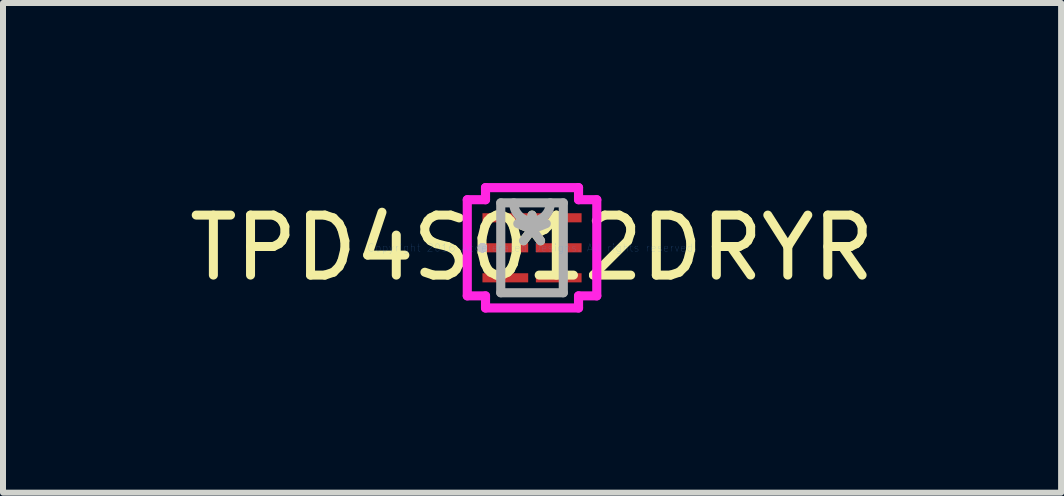
<source format=kicad_pcb>
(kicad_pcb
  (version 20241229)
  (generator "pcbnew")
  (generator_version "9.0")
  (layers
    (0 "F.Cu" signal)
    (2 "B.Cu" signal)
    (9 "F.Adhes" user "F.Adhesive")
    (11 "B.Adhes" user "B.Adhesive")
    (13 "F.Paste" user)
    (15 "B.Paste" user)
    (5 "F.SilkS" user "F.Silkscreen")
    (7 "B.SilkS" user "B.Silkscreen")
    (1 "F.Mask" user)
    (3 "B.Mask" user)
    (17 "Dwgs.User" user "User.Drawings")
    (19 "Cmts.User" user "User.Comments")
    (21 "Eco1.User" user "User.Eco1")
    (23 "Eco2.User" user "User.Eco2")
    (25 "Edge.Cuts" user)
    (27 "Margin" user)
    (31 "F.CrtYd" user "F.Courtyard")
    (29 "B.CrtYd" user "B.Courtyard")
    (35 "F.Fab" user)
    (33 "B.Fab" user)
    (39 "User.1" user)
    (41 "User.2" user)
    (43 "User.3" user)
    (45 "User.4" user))
  (footprint "TPD4S012DRYR"
    (layer "F.Cu")
    (at 5.815 1.079)
    (property "Reference" "TPD4S012DRYR" (at 0 0 0) (layer "F.SilkS") (effects (font (size 1 1) (thickness 0.15))))
    (attr through_hole)
    (fp_line (start -0.826 0) (end -0.826 0) (stroke (width 0.152) (type solid)) (layer "Dwgs.User"))
    (fp_line (start -0.826 0) (end -0.826 0) (stroke (width 0.152) (type solid)) (layer "Dwgs.User"))
    (fp_line (start -0.826 0) (end -0.826 0) (stroke (width 0.152) (type solid)) (layer "Dwgs.User"))
    (fp_line (start -0.826 0) (end -0.826 0) (stroke (width 0.152) (type solid)) (layer "Dwgs.User"))
    (fp_line (start -0.826 0) (end -0.826 0) (stroke (width 0.152) (type solid)) (layer "Dwgs.User"))
    (fp_line (start -0.826 0) (end -0.826 0) (stroke (width 0.152) (type solid)) (layer "Dwgs.User"))
    (fp_line (start -0.826 0) (end -0.826 0) (stroke (width 0.152) (type solid)) (layer "Dwgs.User"))
    (fp_line (start -0.826 0) (end -0.826 0) (stroke (width 0.152) (type solid)) (layer "Dwgs.User"))
    (fp_line (start -0.826 0) (end -0.826 0) (stroke (width 0.152) (type solid)) (layer "Dwgs.User"))
    (fp_line (start -0.826 0) (end -0.826 0) (stroke (width 0.152) (type solid)) (layer "Dwgs.User"))
    (fp_line (start -0.826 0) (end -0.826 0) (stroke (width 0.152) (type solid)) (layer "Dwgs.User"))
    (fp_line (start -0.826 0) (end -0.826 0) (stroke (width 0.152) (type solid)) (layer "Dwgs.User"))
    (fp_line (start -1.079 -0.801) (end -0.775 -0.801) (stroke (width 0.152) (type solid)) (layer "F.CrtYd"))
    (fp_line (start -1.079 0.801) (end -1.079 -0.801) (stroke (width 0.152) (type solid)) (layer "F.CrtYd"))
    (fp_line (start -0.775 -1.003) (end 0.775 -1.003) (stroke (width 0.152) (type solid)) (layer "F.CrtYd"))
    (fp_line (start -0.775 -0.801) (end -0.775 -1.003) (stroke (width 0.152) (type solid)) (layer "F.CrtYd"))
    (fp_line (start -0.775 0.801) (end -1.079 0.801) (stroke (width 0.152) (type solid)) (layer "F.CrtYd"))
    (fp_line (start -0.775 1.003) (end -0.775 0.801) (stroke (width 0.152) (type solid)) (layer "F.CrtYd"))
    (fp_line (start 0.775 -1.003) (end 0.775 -0.801) (stroke (width 0.152) (type solid)) (layer "F.CrtYd"))
    (fp_line (start 0.775 -0.801) (end 1.079 -0.801) (stroke (width 0.152) (type solid)) (layer "F.CrtYd"))
    (fp_line (start 0.775 0.801) (end 0.775 1.003) (stroke (width 0.152) (type solid)) (layer "F.CrtYd"))
    (fp_line (start 0.775 1.003) (end -0.775 1.003) (stroke (width 0.152) (type solid)) (layer "F.CrtYd"))
    (fp_line (start 1.079 -0.801) (end 1.079 0.801) (stroke (width 0.152) (type solid)) (layer "F.CrtYd"))
    (fp_line (start 1.079 0.801) (end 0.775 0.801) (stroke (width 0.152) (type solid)) (layer "F.CrtYd"))
    (fp_line (start -0.521 -0.749) (end -0.521 0.749) (stroke (width 0.152) (type solid)) (layer "F.Fab"))
    (fp_line (start -0.521 0.749) (end 0.521 0.749) (stroke (width 0.152) (type solid)) (layer "F.Fab"))
    (fp_line (start 0.521 -0.749) (end -0.521 -0.749) (stroke (width 0.152) (type solid)) (layer "F.Fab"))
    (fp_line (start 0.521 0.749) (end 0.521 -0.749) (stroke (width 0.152) (type solid)) (layer "F.Fab"))
    (fp_arc (start 0.3048 -0.7493) (mid 0 -0.4445) (end -0.3048 -0.7493) (stroke (width 0.1524) (type solid)) (layer "F.Fab"))
    (fp_text user "*" (at 0 0 0) (layer "F.SilkS") (effects (font (size 1 1) (thickness 0.15))))
    (fp_text user "Copyright 2016 Accelerated Designs. All rights reserved." (at 0 0 0) (layer "Cmts.User") (effects (font (size 0.127 0.127) (thickness 0.002))))
    (fp_text user "*" (at 0 0 0) (layer "F.Fab") (effects (font (size 1 1) (thickness 0.15))))
    (pad "1" smd rect (at -0.445 -0.5) (size 0.762 0.152) (layers "F.Cu" "F.Mask" "F.Paste"))
    (pad "2" smd rect (at -0.445 0) (size 0.762 0.152) (layers "F.Cu" "F.Mask" "F.Paste"))
    (pad "3" smd rect (at -0.445 0.5) (size 0.762 0.152) (layers "F.Cu" "F.Mask" "F.Paste"))
    (pad "4" smd rect (at 0.445 0.5) (size 0.762 0.152) (layers "F.Cu" "F.Mask" "F.Paste"))
    (pad "5" smd rect (at 0.445 0) (size 0.762 0.152) (layers "F.Cu" "F.Mask" "F.Paste"))
    (pad "6" smd rect (at 0.445 -0.5) (size 0.762 0.152) (layers "F.Cu" "F.Mask" "F.Paste")))
  (gr_rect
    (start -3 -3)
    (end 14.631 5.159)
    (stroke (width 0.1) (type default))
    (fill no)
    (layer "Edge.Cuts")))
</source>
